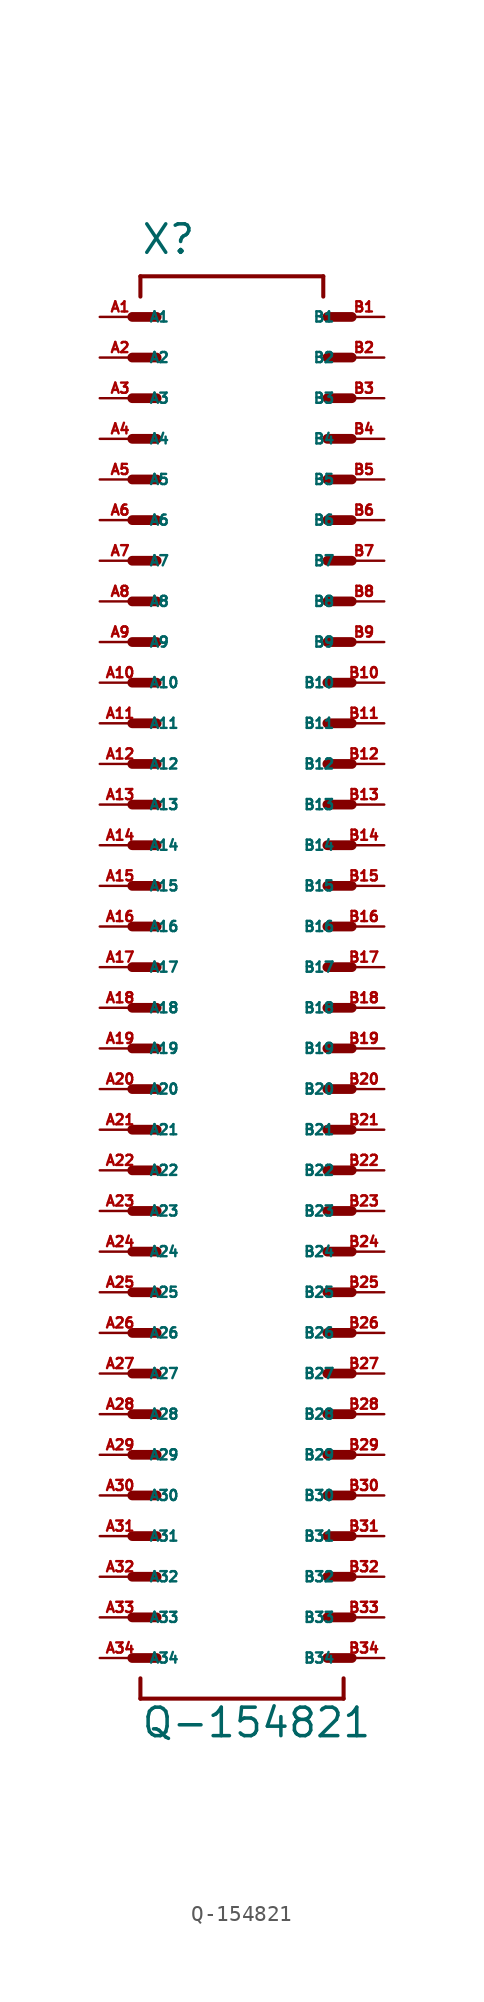
<source format=kicad_sym>
(kicad_symbol_lib
  (version 20220914)
  (generator Eagle2Kicad)
  (symbol "Q-154821"
    (property "Reference" "X"
      (at -5.08 44.45 0)
      (effects (font (size 1.778 1.778) (thickness 0.22)) (justify left bottom)))
    (property "Value" "Q-154821"
      (at -5.08 -48.26 0)
      (effects (font (size 1.778 1.778) (thickness 0.22)) (justify left bottom)))
    (polyline
      (pts (xy -5.588 40.64) (xy -4.064 40.64))
      (stroke (width 0.61) (type default))
      (fill (type none)))
    (polyline
      (pts (xy -5.588 38.1) (xy -4.064 38.1))
      (stroke (width 0.61) (type default))
      (fill (type none)))
    (polyline
      (pts (xy -5.588 35.56) (xy -4.064 35.56))
      (stroke (width 0.61) (type default))
      (fill (type none)))
    (polyline
      (pts (xy -5.588 33.02) (xy -4.064 33.02))
      (stroke (width 0.61) (type default))
      (fill (type none)))
    (polyline
      (pts (xy -5.588 30.48) (xy -4.064 30.48))
      (stroke (width 0.61) (type default))
      (fill (type none)))
    (polyline
      (pts (xy -5.588 27.94) (xy -4.064 27.94))
      (stroke (width 0.61) (type default))
      (fill (type none)))
    (polyline
      (pts (xy 8.128 27.94) (xy 6.604 27.94))
      (stroke (width 0.61) (type default))
      (fill (type none)))
    (polyline
      (pts (xy 8.128 30.48) (xy 6.604 30.48))
      (stroke (width 0.61) (type default))
      (fill (type none)))
    (polyline
      (pts (xy 8.128 33.02) (xy 6.604 33.02))
      (stroke (width 0.61) (type default))
      (fill (type none)))
    (polyline
      (pts (xy 8.128 35.56) (xy 6.604 35.56))
      (stroke (width 0.61) (type default))
      (fill (type none)))
    (polyline
      (pts (xy 8.128 38.1) (xy 6.604 38.1))
      (stroke (width 0.61) (type default))
      (fill (type none)))
    (polyline
      (pts (xy 8.128 40.64) (xy 6.604 40.64))
      (stroke (width 0.61) (type default))
      (fill (type none)))
    (polyline
      (pts (xy -5.08 41.91) (xy -5.08 43.18))
      (stroke (width 0.254) (type default))
      (fill (type none)))
    (polyline
      (pts (xy -5.08 43.18) (xy 6.35 43.18))
      (stroke (width 0.254) (type default))
      (fill (type none)))
    (polyline
      (pts (xy 6.35 43.18) (xy 6.35 41.91))
      (stroke (width 0.254) (type default))
      (fill (type none)))
    (polyline
      (pts (xy -5.08 -44.45) (xy -5.08 -45.72))
      (stroke (width 0.254) (type default))
      (fill (type none)))
    (polyline
      (pts (xy -5.08 -45.72) (xy 7.62 -45.72))
      (stroke (width 0.254) (type default))
      (fill (type none)))
    (polyline
      (pts (xy 7.62 -45.72) (xy 7.62 -44.45))
      (stroke (width 0.254) (type default))
      (fill (type none)))
    (polyline
      (pts (xy -5.588 25.4) (xy -4.064 25.4))
      (stroke (width 0.61) (type default))
      (fill (type none)))
    (polyline
      (pts (xy -5.588 22.86) (xy -4.064 22.86))
      (stroke (width 0.61) (type default))
      (fill (type none)))
    (polyline
      (pts (xy -5.588 20.32) (xy -4.064 20.32))
      (stroke (width 0.61) (type default))
      (fill (type none)))
    (polyline
      (pts (xy -5.588 17.78) (xy -4.064 17.78))
      (stroke (width 0.61) (type default))
      (fill (type none)))
    (polyline
      (pts (xy -5.588 15.24) (xy -4.064 15.24))
      (stroke (width 0.61) (type default))
      (fill (type none)))
    (polyline
      (pts (xy -5.588 12.7) (xy -4.064 12.7))
      (stroke (width 0.61) (type default))
      (fill (type none)))
    (polyline
      (pts (xy 8.128 12.7) (xy 6.604 12.7))
      (stroke (width 0.61) (type default))
      (fill (type none)))
    (polyline
      (pts (xy 8.128 15.24) (xy 6.604 15.24))
      (stroke (width 0.61) (type default))
      (fill (type none)))
    (polyline
      (pts (xy 8.128 17.78) (xy 6.604 17.78))
      (stroke (width 0.61) (type default))
      (fill (type none)))
    (polyline
      (pts (xy 8.128 20.32) (xy 6.604 20.32))
      (stroke (width 0.61) (type default))
      (fill (type none)))
    (polyline
      (pts (xy 8.128 22.86) (xy 6.604 22.86))
      (stroke (width 0.61) (type default))
      (fill (type none)))
    (polyline
      (pts (xy 8.128 25.4) (xy 6.604 25.4))
      (stroke (width 0.61) (type default))
      (fill (type none)))
    (polyline
      (pts (xy -5.588 10.16) (xy -4.064 10.16))
      (stroke (width 0.61) (type default))
      (fill (type none)))
    (polyline
      (pts (xy 8.128 10.16) (xy 6.604 10.16))
      (stroke (width 0.61) (type default))
      (fill (type none)))
    (polyline
      (pts (xy -5.588 7.62) (xy -4.064 7.62))
      (stroke (width 0.61) (type default))
      (fill (type none)))
    (polyline
      (pts (xy -5.588 5.08) (xy -4.064 5.08))
      (stroke (width 0.61) (type default))
      (fill (type none)))
    (polyline
      (pts (xy -5.588 2.54) (xy -4.064 2.54))
      (stroke (width 0.61) (type default))
      (fill (type none)))
    (polyline
      (pts (xy -5.588 0) (xy -4.064 0))
      (stroke (width 0.61) (type default))
      (fill (type none)))
    (polyline
      (pts (xy -5.588 -2.54) (xy -4.064 -2.54))
      (stroke (width 0.61) (type default))
      (fill (type none)))
    (polyline
      (pts (xy -5.588 -5.08) (xy -4.064 -5.08))
      (stroke (width 0.61) (type default))
      (fill (type none)))
    (polyline
      (pts (xy 8.128 -5.08) (xy 6.604 -5.08))
      (stroke (width 0.61) (type default))
      (fill (type none)))
    (polyline
      (pts (xy 8.128 -2.54) (xy 6.604 -2.54))
      (stroke (width 0.61) (type default))
      (fill (type none)))
    (polyline
      (pts (xy 8.128 0) (xy 6.604 0))
      (stroke (width 0.61) (type default))
      (fill (type none)))
    (polyline
      (pts (xy 8.128 2.54) (xy 6.604 2.54))
      (stroke (width 0.61) (type default))
      (fill (type none)))
    (polyline
      (pts (xy 8.128 5.08) (xy 6.604 5.08))
      (stroke (width 0.61) (type default))
      (fill (type none)))
    (polyline
      (pts (xy 8.128 7.62) (xy 6.604 7.62))
      (stroke (width 0.61) (type default))
      (fill (type none)))
    (polyline
      (pts (xy -5.588 -7.62) (xy -4.064 -7.62))
      (stroke (width 0.61) (type default))
      (fill (type none)))
    (polyline
      (pts (xy -5.588 -10.16) (xy -4.064 -10.16))
      (stroke (width 0.61) (type default))
      (fill (type none)))
    (polyline
      (pts (xy -5.588 -12.7) (xy -4.064 -12.7))
      (stroke (width 0.61) (type default))
      (fill (type none)))
    (polyline
      (pts (xy -5.588 -15.24) (xy -4.064 -15.24))
      (stroke (width 0.61) (type default))
      (fill (type none)))
    (polyline
      (pts (xy -5.588 -17.78) (xy -4.064 -17.78))
      (stroke (width 0.61) (type default))
      (fill (type none)))
    (polyline
      (pts (xy -5.588 -20.32) (xy -4.064 -20.32))
      (stroke (width 0.61) (type default))
      (fill (type none)))
    (polyline
      (pts (xy 8.128 -20.32) (xy 6.604 -20.32))
      (stroke (width 0.61) (type default))
      (fill (type none)))
    (polyline
      (pts (xy 8.128 -17.78) (xy 6.604 -17.78))
      (stroke (width 0.61) (type default))
      (fill (type none)))
    (polyline
      (pts (xy 8.128 -15.24) (xy 6.604 -15.24))
      (stroke (width 0.61) (type default))
      (fill (type none)))
    (polyline
      (pts (xy 8.128 -12.7) (xy 6.604 -12.7))
      (stroke (width 0.61) (type default))
      (fill (type none)))
    (polyline
      (pts (xy 8.128 -10.16) (xy 6.604 -10.16))
      (stroke (width 0.61) (type default))
      (fill (type none)))
    (polyline
      (pts (xy 8.128 -7.62) (xy 6.604 -7.62))
      (stroke (width 0.61) (type default))
      (fill (type none)))
    (polyline
      (pts (xy -5.588 -22.86) (xy -4.064 -22.86))
      (stroke (width 0.61) (type default))
      (fill (type none)))
    (polyline
      (pts (xy -5.588 -25.4) (xy -4.064 -25.4))
      (stroke (width 0.61) (type default))
      (fill (type none)))
    (polyline
      (pts (xy -5.588 -27.94) (xy -4.064 -27.94))
      (stroke (width 0.61) (type default))
      (fill (type none)))
    (polyline
      (pts (xy -5.588 -30.48) (xy -4.064 -30.48))
      (stroke (width 0.61) (type default))
      (fill (type none)))
    (polyline
      (pts (xy -5.588 -33.02) (xy -4.064 -33.02))
      (stroke (width 0.61) (type default))
      (fill (type none)))
    (polyline
      (pts (xy -5.588 -35.56) (xy -4.064 -35.56))
      (stroke (width 0.61) (type default))
      (fill (type none)))
    (polyline
      (pts (xy 8.128 -35.56) (xy 6.604 -35.56))
      (stroke (width 0.61) (type default))
      (fill (type none)))
    (polyline
      (pts (xy 8.128 -33.02) (xy 6.604 -33.02))
      (stroke (width 0.61) (type default))
      (fill (type none)))
    (polyline
      (pts (xy 8.128 -30.48) (xy 6.604 -30.48))
      (stroke (width 0.61) (type default))
      (fill (type none)))
    (polyline
      (pts (xy 8.128 -27.94) (xy 6.604 -27.94))
      (stroke (width 0.61) (type default))
      (fill (type none)))
    (polyline
      (pts (xy 8.128 -25.4) (xy 6.604 -25.4))
      (stroke (width 0.61) (type default))
      (fill (type none)))
    (polyline
      (pts (xy 8.128 -22.86) (xy 6.604 -22.86))
      (stroke (width 0.61) (type default))
      (fill (type none)))
    (polyline
      (pts (xy -5.588 -38.1) (xy -4.064 -38.1))
      (stroke (width 0.61) (type default))
      (fill (type none)))
    (polyline
      (pts (xy -5.588 -40.64) (xy -4.064 -40.64))
      (stroke (width 0.61) (type default))
      (fill (type none)))
    (polyline
      (pts (xy -5.588 -43.18) (xy -4.064 -43.18))
      (stroke (width 0.61) (type default))
      (fill (type none)))
    (polyline
      (pts (xy 8.128 -43.18) (xy 6.604 -43.18))
      (stroke (width 0.61) (type default))
      (fill (type none)))
    (polyline
      (pts (xy 8.128 -40.64) (xy 6.604 -40.64))
      (stroke (width 0.61) (type default))
      (fill (type none)))
    (polyline
      (pts (xy 8.128 -38.1) (xy 6.604 -38.1))
      (stroke (width 0.61) (type default))
      (fill (type none)))
    (pin passive line
      (at -7.62 40.64 0)
      (length 2.54)
      (name "A1" (effects (font (size 0.635 0.635) (thickness 0.08)) (justify left bottom)))
      (number "A1" (effects (font (size 0.635 0.635) (thickness 0.08)) (justify left bottom))))
    (pin passive line
      (at -7.62 38.1 0)
      (length 2.54)
      (name "A2" (effects (font (size 0.635 0.635) (thickness 0.08)) (justify left bottom)))
      (number "A2" (effects (font (size 0.635 0.635) (thickness 0.08)) (justify left bottom))))
    (pin passive line
      (at -7.62 35.56 0)
      (length 2.54)
      (name "A3" (effects (font (size 0.635 0.635) (thickness 0.08)) (justify left bottom)))
      (number "A3" (effects (font (size 0.635 0.635) (thickness 0.08)) (justify left bottom))))
    (pin passive line
      (at -7.62 33.02 0)
      (length 2.54)
      (name "A4" (effects (font (size 0.635 0.635) (thickness 0.08)) (justify left bottom)))
      (number "A4" (effects (font (size 0.635 0.635) (thickness 0.08)) (justify left bottom))))
    (pin passive line
      (at -7.62 30.48 0)
      (length 2.54)
      (name "A5" (effects (font (size 0.635 0.635) (thickness 0.08)) (justify left bottom)))
      (number "A5" (effects (font (size 0.635 0.635) (thickness 0.08)) (justify left bottom))))
    (pin passive line
      (at -7.62 27.94 0)
      (length 2.54)
      (name "A6" (effects (font (size 0.635 0.635) (thickness 0.08)) (justify left bottom)))
      (number "A6" (effects (font (size 0.635 0.635) (thickness 0.08)) (justify left bottom))))
    (pin passive line
      (at 10.16 40.64 180)
      (length 2.54)
      (name "B1" (effects (font (size 0.635 0.635) (thickness 0.08)) (justify left bottom)))
      (number "B1" (effects (font (size 0.635 0.635) (thickness 0.08)) (justify left bottom))))
    (pin passive line
      (at 10.16 38.1 180)
      (length 2.54)
      (name "B2" (effects (font (size 0.635 0.635) (thickness 0.08)) (justify left bottom)))
      (number "B2" (effects (font (size 0.635 0.635) (thickness 0.08)) (justify left bottom))))
    (pin passive line
      (at 10.16 35.56 180)
      (length 2.54)
      (name "B3" (effects (font (size 0.635 0.635) (thickness 0.08)) (justify left bottom)))
      (number "B3" (effects (font (size 0.635 0.635) (thickness 0.08)) (justify left bottom))))
    (pin passive line
      (at 10.16 33.02 180)
      (length 2.54)
      (name "B4" (effects (font (size 0.635 0.635) (thickness 0.08)) (justify left bottom)))
      (number "B4" (effects (font (size 0.635 0.635) (thickness 0.08)) (justify left bottom))))
    (pin passive line
      (at 10.16 30.48 180)
      (length 2.54)
      (name "B5" (effects (font (size 0.635 0.635) (thickness 0.08)) (justify left bottom)))
      (number "B5" (effects (font (size 0.635 0.635) (thickness 0.08)) (justify left bottom))))
    (pin passive line
      (at 10.16 27.94 180)
      (length 2.54)
      (name "B6" (effects (font (size 0.635 0.635) (thickness 0.08)) (justify left bottom)))
      (number "B6" (effects (font (size 0.635 0.635) (thickness 0.08)) (justify left bottom))))
    (pin passive line
      (at -7.62 25.4 0)
      (length 2.54)
      (name "A7" (effects (font (size 0.635 0.635) (thickness 0.08)) (justify left bottom)))
      (number "A7" (effects (font (size 0.635 0.635) (thickness 0.08)) (justify left bottom))))
    (pin passive line
      (at -7.62 22.86 0)
      (length 2.54)
      (name "A8" (effects (font (size 0.635 0.635) (thickness 0.08)) (justify left bottom)))
      (number "A8" (effects (font (size 0.635 0.635) (thickness 0.08)) (justify left bottom))))
    (pin passive line
      (at -7.62 20.32 0)
      (length 2.54)
      (name "A9" (effects (font (size 0.635 0.635) (thickness 0.08)) (justify left bottom)))
      (number "A9" (effects (font (size 0.635 0.635) (thickness 0.08)) (justify left bottom))))
    (pin passive line
      (at -7.62 17.78 0)
      (length 2.54)
      (name "A10" (effects (font (size 0.635 0.635) (thickness 0.08)) (justify left bottom)))
      (number "A10" (effects (font (size 0.635 0.635) (thickness 0.08)) (justify left bottom))))
    (pin passive line
      (at -7.62 15.24 0)
      (length 2.54)
      (name "A11" (effects (font (size 0.635 0.635) (thickness 0.08)) (justify left bottom)))
      (number "A11" (effects (font (size 0.635 0.635) (thickness 0.08)) (justify left bottom))))
    (pin passive line
      (at -7.62 12.7 0)
      (length 2.54)
      (name "A12" (effects (font (size 0.635 0.635) (thickness 0.08)) (justify left bottom)))
      (number "A12" (effects (font (size 0.635 0.635) (thickness 0.08)) (justify left bottom))))
    (pin passive line
      (at 10.16 25.4 180)
      (length 2.54)
      (name "B7" (effects (font (size 0.635 0.635) (thickness 0.08)) (justify left bottom)))
      (number "B7" (effects (font (size 0.635 0.635) (thickness 0.08)) (justify left bottom))))
    (pin passive line
      (at 10.16 22.86 180)
      (length 2.54)
      (name "B8" (effects (font (size 0.635 0.635) (thickness 0.08)) (justify left bottom)))
      (number "B8" (effects (font (size 0.635 0.635) (thickness 0.08)) (justify left bottom))))
    (pin passive line
      (at 10.16 20.32 180)
      (length 2.54)
      (name "B9" (effects (font (size 0.635 0.635) (thickness 0.08)) (justify left bottom)))
      (number "B9" (effects (font (size 0.635 0.635) (thickness 0.08)) (justify left bottom))))
    (pin passive line
      (at 10.16 17.78 180)
      (length 2.54)
      (name "B10" (effects (font (size 0.635 0.635) (thickness 0.08)) (justify left bottom)))
      (number "B10" (effects (font (size 0.635 0.635) (thickness 0.08)) (justify left bottom))))
    (pin passive line
      (at 10.16 15.24 180)
      (length 2.54)
      (name "B11" (effects (font (size 0.635 0.635) (thickness 0.08)) (justify left bottom)))
      (number "B11" (effects (font (size 0.635 0.635) (thickness 0.08)) (justify left bottom))))
    (pin passive line
      (at 10.16 12.7 180)
      (length 2.54)
      (name "B12" (effects (font (size 0.635 0.635) (thickness 0.08)) (justify left bottom)))
      (number "B12" (effects (font (size 0.635 0.635) (thickness 0.08)) (justify left bottom))))
    (pin passive line
      (at -7.62 10.16 0)
      (length 2.54)
      (name "A13" (effects (font (size 0.635 0.635) (thickness 0.08)) (justify left bottom)))
      (number "A13" (effects (font (size 0.635 0.635) (thickness 0.08)) (justify left bottom))))
    (pin passive line
      (at 10.16 10.16 180)
      (length 2.54)
      (name "B13" (effects (font (size 0.635 0.635) (thickness 0.08)) (justify left bottom)))
      (number "B13" (effects (font (size 0.635 0.635) (thickness 0.08)) (justify left bottom))))
    (pin passive line
      (at -7.62 7.62 0)
      (length 2.54)
      (name "A14" (effects (font (size 0.635 0.635) (thickness 0.08)) (justify left bottom)))
      (number "A14" (effects (font (size 0.635 0.635) (thickness 0.08)) (justify left bottom))))
    (pin passive line
      (at -7.62 5.08 0)
      (length 2.54)
      (name "A15" (effects (font (size 0.635 0.635) (thickness 0.08)) (justify left bottom)))
      (number "A15" (effects (font (size 0.635 0.635) (thickness 0.08)) (justify left bottom))))
    (pin passive line
      (at -7.62 2.54 0)
      (length 2.54)
      (name "A16" (effects (font (size 0.635 0.635) (thickness 0.08)) (justify left bottom)))
      (number "A16" (effects (font (size 0.635 0.635) (thickness 0.08)) (justify left bottom))))
    (pin passive line
      (at -7.62 0 0)
      (length 2.54)
      (name "A17" (effects (font (size 0.635 0.635) (thickness 0.08)) (justify left bottom)))
      (number "A17" (effects (font (size 0.635 0.635) (thickness 0.08)) (justify left bottom))))
    (pin passive line
      (at -7.62 -2.54 0)
      (length 2.54)
      (name "A18" (effects (font (size 0.635 0.635) (thickness 0.08)) (justify left bottom)))
      (number "A18" (effects (font (size 0.635 0.635) (thickness 0.08)) (justify left bottom))))
    (pin passive line
      (at -7.62 -5.08 0)
      (length 2.54)
      (name "A19" (effects (font (size 0.635 0.635) (thickness 0.08)) (justify left bottom)))
      (number "A19" (effects (font (size 0.635 0.635) (thickness 0.08)) (justify left bottom))))
    (pin passive line
      (at 10.16 7.62 180)
      (length 2.54)
      (name "B14" (effects (font (size 0.635 0.635) (thickness 0.08)) (justify left bottom)))
      (number "B14" (effects (font (size 0.635 0.635) (thickness 0.08)) (justify left bottom))))
    (pin passive line
      (at 10.16 5.08 180)
      (length 2.54)
      (name "B15" (effects (font (size 0.635 0.635) (thickness 0.08)) (justify left bottom)))
      (number "B15" (effects (font (size 0.635 0.635) (thickness 0.08)) (justify left bottom))))
    (pin passive line
      (at 10.16 2.54 180)
      (length 2.54)
      (name "B16" (effects (font (size 0.635 0.635) (thickness 0.08)) (justify left bottom)))
      (number "B16" (effects (font (size 0.635 0.635) (thickness 0.08)) (justify left bottom))))
    (pin passive line
      (at 10.16 0 180)
      (length 2.54)
      (name "B17" (effects (font (size 0.635 0.635) (thickness 0.08)) (justify left bottom)))
      (number "B17" (effects (font (size 0.635 0.635) (thickness 0.08)) (justify left bottom))))
    (pin passive line
      (at 10.16 -2.54 180)
      (length 2.54)
      (name "B18" (effects (font (size 0.635 0.635) (thickness 0.08)) (justify left bottom)))
      (number "B18" (effects (font (size 0.635 0.635) (thickness 0.08)) (justify left bottom))))
    (pin passive line
      (at 10.16 -5.08 180)
      (length 2.54)
      (name "B19" (effects (font (size 0.635 0.635) (thickness 0.08)) (justify left bottom)))
      (number "B19" (effects (font (size 0.635 0.635) (thickness 0.08)) (justify left bottom))))
    (pin passive line
      (at -7.62 -7.62 0)
      (length 2.54)
      (name "A20" (effects (font (size 0.635 0.635) (thickness 0.08)) (justify left bottom)))
      (number "A20" (effects (font (size 0.635 0.635) (thickness 0.08)) (justify left bottom))))
    (pin passive line
      (at -7.62 -10.16 0)
      (length 2.54)
      (name "A21" (effects (font (size 0.635 0.635) (thickness 0.08)) (justify left bottom)))
      (number "A21" (effects (font (size 0.635 0.635) (thickness 0.08)) (justify left bottom))))
    (pin passive line
      (at -7.62 -12.7 0)
      (length 2.54)
      (name "A22" (effects (font (size 0.635 0.635) (thickness 0.08)) (justify left bottom)))
      (number "A22" (effects (font (size 0.635 0.635) (thickness 0.08)) (justify left bottom))))
    (pin passive line
      (at -7.62 -15.24 0)
      (length 2.54)
      (name "A23" (effects (font (size 0.635 0.635) (thickness 0.08)) (justify left bottom)))
      (number "A23" (effects (font (size 0.635 0.635) (thickness 0.08)) (justify left bottom))))
    (pin passive line
      (at -7.62 -17.78 0)
      (length 2.54)
      (name "A24" (effects (font (size 0.635 0.635) (thickness 0.08)) (justify left bottom)))
      (number "A24" (effects (font (size 0.635 0.635) (thickness 0.08)) (justify left bottom))))
    (pin passive line
      (at -7.62 -20.32 0)
      (length 2.54)
      (name "A25" (effects (font (size 0.635 0.635) (thickness 0.08)) (justify left bottom)))
      (number "A25" (effects (font (size 0.635 0.635) (thickness 0.08)) (justify left bottom))))
    (pin passive line
      (at 10.16 -7.62 180)
      (length 2.54)
      (name "B20" (effects (font (size 0.635 0.635) (thickness 0.08)) (justify left bottom)))
      (number "B20" (effects (font (size 0.635 0.635) (thickness 0.08)) (justify left bottom))))
    (pin passive line
      (at 10.16 -10.16 180)
      (length 2.54)
      (name "B21" (effects (font (size 0.635 0.635) (thickness 0.08)) (justify left bottom)))
      (number "B21" (effects (font (size 0.635 0.635) (thickness 0.08)) (justify left bottom))))
    (pin passive line
      (at 10.16 -12.7 180)
      (length 2.54)
      (name "B22" (effects (font (size 0.635 0.635) (thickness 0.08)) (justify left bottom)))
      (number "B22" (effects (font (size 0.635 0.635) (thickness 0.08)) (justify left bottom))))
    (pin passive line
      (at 10.16 -15.24 180)
      (length 2.54)
      (name "B23" (effects (font (size 0.635 0.635) (thickness 0.08)) (justify left bottom)))
      (number "B23" (effects (font (size 0.635 0.635) (thickness 0.08)) (justify left bottom))))
    (pin passive line
      (at 10.16 -17.78 180)
      (length 2.54)
      (name "B24" (effects (font (size 0.635 0.635) (thickness 0.08)) (justify left bottom)))
      (number "B24" (effects (font (size 0.635 0.635) (thickness 0.08)) (justify left bottom))))
    (pin passive line
      (at 10.16 -20.32 180)
      (length 2.54)
      (name "B25" (effects (font (size 0.635 0.635) (thickness 0.08)) (justify left bottom)))
      (number "B25" (effects (font (size 0.635 0.635) (thickness 0.08)) (justify left bottom))))
    (pin passive line
      (at -7.62 -22.86 0)
      (length 2.54)
      (name "A26" (effects (font (size 0.635 0.635) (thickness 0.08)) (justify left bottom)))
      (number "A26" (effects (font (size 0.635 0.635) (thickness 0.08)) (justify left bottom))))
    (pin passive line
      (at -7.62 -25.4 0)
      (length 2.54)
      (name "A27" (effects (font (size 0.635 0.635) (thickness 0.08)) (justify left bottom)))
      (number "A27" (effects (font (size 0.635 0.635) (thickness 0.08)) (justify left bottom))))
    (pin passive line
      (at -7.62 -27.94 0)
      (length 2.54)
      (name "A28" (effects (font (size 0.635 0.635) (thickness 0.08)) (justify left bottom)))
      (number "A28" (effects (font (size 0.635 0.635) (thickness 0.08)) (justify left bottom))))
    (pin passive line
      (at -7.62 -30.48 0)
      (length 2.54)
      (name "A29" (effects (font (size 0.635 0.635) (thickness 0.08)) (justify left bottom)))
      (number "A29" (effects (font (size 0.635 0.635) (thickness 0.08)) (justify left bottom))))
    (pin passive line
      (at -7.62 -33.02 0)
      (length 2.54)
      (name "A30" (effects (font (size 0.635 0.635) (thickness 0.08)) (justify left bottom)))
      (number "A30" (effects (font (size 0.635 0.635) (thickness 0.08)) (justify left bottom))))
    (pin passive line
      (at -7.62 -35.56 0)
      (length 2.54)
      (name "A31" (effects (font (size 0.635 0.635) (thickness 0.08)) (justify left bottom)))
      (number "A31" (effects (font (size 0.635 0.635) (thickness 0.08)) (justify left bottom))))
    (pin passive line
      (at 10.16 -22.86 180)
      (length 2.54)
      (name "B26" (effects (font (size 0.635 0.635) (thickness 0.08)) (justify left bottom)))
      (number "B26" (effects (font (size 0.635 0.635) (thickness 0.08)) (justify left bottom))))
    (pin passive line
      (at 10.16 -25.4 180)
      (length 2.54)
      (name "B27" (effects (font (size 0.635 0.635) (thickness 0.08)) (justify left bottom)))
      (number "B27" (effects (font (size 0.635 0.635) (thickness 0.08)) (justify left bottom))))
    (pin passive line
      (at 10.16 -27.94 180)
      (length 2.54)
      (name "B28" (effects (font (size 0.635 0.635) (thickness 0.08)) (justify left bottom)))
      (number "B28" (effects (font (size 0.635 0.635) (thickness 0.08)) (justify left bottom))))
    (pin passive line
      (at 10.16 -30.48 180)
      (length 2.54)
      (name "B29" (effects (font (size 0.635 0.635) (thickness 0.08)) (justify left bottom)))
      (number "B29" (effects (font (size 0.635 0.635) (thickness 0.08)) (justify left bottom))))
    (pin passive line
      (at 10.16 -33.02 180)
      (length 2.54)
      (name "B30" (effects (font (size 0.635 0.635) (thickness 0.08)) (justify left bottom)))
      (number "B30" (effects (font (size 0.635 0.635) (thickness 0.08)) (justify left bottom))))
    (pin passive line
      (at 10.16 -35.56 180)
      (length 2.54)
      (name "B31" (effects (font (size 0.635 0.635) (thickness 0.08)) (justify left bottom)))
      (number "B31" (effects (font (size 0.635 0.635) (thickness 0.08)) (justify left bottom))))
    (pin passive line
      (at -7.62 -38.1 0)
      (length 2.54)
      (name "A32" (effects (font (size 0.635 0.635) (thickness 0.08)) (justify left bottom)))
      (number "A32" (effects (font (size 0.635 0.635) (thickness 0.08)) (justify left bottom))))
    (pin passive line
      (at -7.62 -40.64 0)
      (length 2.54)
      (name "A33" (effects (font (size 0.635 0.635) (thickness 0.08)) (justify left bottom)))
      (number "A33" (effects (font (size 0.635 0.635) (thickness 0.08)) (justify left bottom))))
    (pin passive line
      (at -7.62 -43.18 0)
      (length 2.54)
      (name "A34" (effects (font (size 0.635 0.635) (thickness 0.08)) (justify left bottom)))
      (number "A34" (effects (font (size 0.635 0.635) (thickness 0.08)) (justify left bottom))))
    (pin passive line
      (at 10.16 -38.1 180)
      (length 2.54)
      (name "B32" (effects (font (size 0.635 0.635) (thickness 0.08)) (justify left bottom)))
      (number "B32" (effects (font (size 0.635 0.635) (thickness 0.08)) (justify left bottom))))
    (pin passive line
      (at 10.16 -40.64 180)
      (length 2.54)
      (name "B33" (effects (font (size 0.635 0.635) (thickness 0.08)) (justify left bottom)))
      (number "B33" (effects (font (size 0.635 0.635) (thickness 0.08)) (justify left bottom))))
    (pin passive line
      (at 10.16 -43.18 180)
      (length 2.54)
      (name "B34" (effects (font (size 0.635 0.635) (thickness 0.08)) (justify left bottom)))
      (number "B34" (effects (font (size 0.635 0.635) (thickness 0.08)) (justify left bottom))))))
</source>
